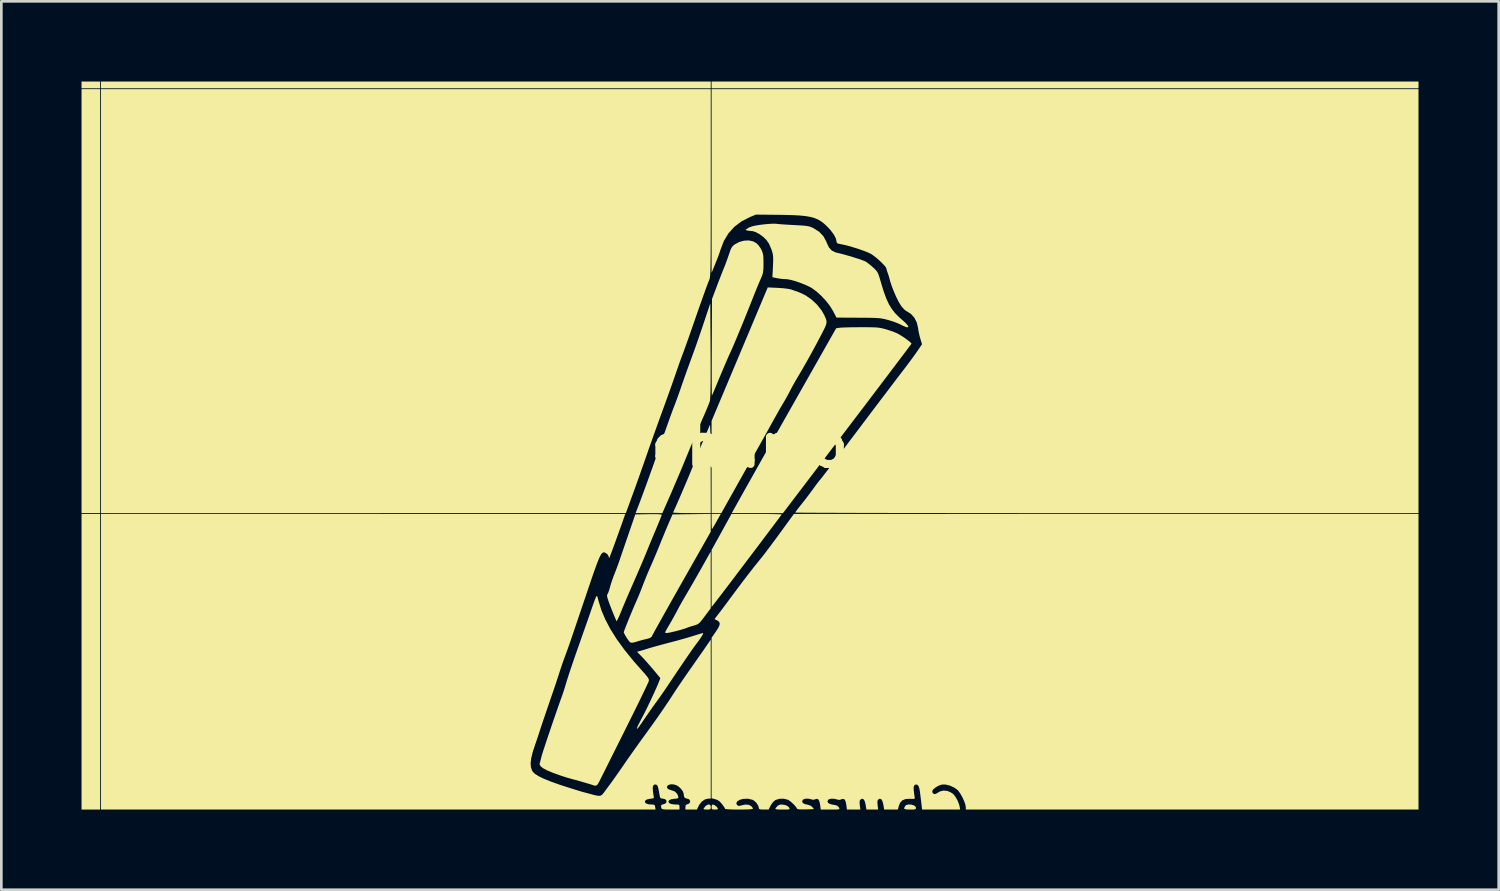
<source format=kicad_pcb>
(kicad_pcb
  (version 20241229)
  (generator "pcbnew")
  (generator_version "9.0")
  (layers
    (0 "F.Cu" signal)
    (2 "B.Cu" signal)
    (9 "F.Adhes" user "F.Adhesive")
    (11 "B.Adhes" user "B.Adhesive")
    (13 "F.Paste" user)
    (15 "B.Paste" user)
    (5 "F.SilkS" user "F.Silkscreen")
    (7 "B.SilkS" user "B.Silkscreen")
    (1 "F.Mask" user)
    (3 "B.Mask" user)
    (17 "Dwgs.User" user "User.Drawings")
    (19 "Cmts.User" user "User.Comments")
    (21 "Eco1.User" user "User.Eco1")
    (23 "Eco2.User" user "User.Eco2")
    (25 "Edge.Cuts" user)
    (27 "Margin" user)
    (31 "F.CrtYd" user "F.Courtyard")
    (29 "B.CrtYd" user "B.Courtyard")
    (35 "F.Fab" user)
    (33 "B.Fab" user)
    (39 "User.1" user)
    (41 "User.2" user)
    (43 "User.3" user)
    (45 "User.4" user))
  (footprint "churro"
    (layer "F.Cu")
    (at 24.989 13.616)
    (property "Reference" "churro" (at 0 0 0) (layer "F.SilkS") (effects (font (size 1.524 1.524) (thickness 0.3))))
    (attr board_only exclude_from_pos_files exclude_from_bom)
    (fp_poly (pts (xy -24.294 -13.363) (xy -24.989 -13.363) (xy -24.989 -13.616) (xy -24.294 -13.616)) (stroke (width 0) (type solid)) (fill yes) (layer "F.SilkS"))
    (fp_poly (pts (xy -24.294 2.527) (xy -24.989 2.527) (xy -24.989 -13.332) (xy -24.294 -13.332)) (stroke (width 0) (type solid)) (fill yes) (layer "F.SilkS"))
    (fp_poly (pts (xy -24.294 13.616) (xy -24.989 13.616) (xy -24.989 2.559) (xy -24.294 2.559)) (stroke (width 0) (type solid)) (fill yes) (layer "F.SilkS"))
    (fp_poly (pts (xy -1.453 -13.363) (xy -24.263 -13.363) (xy -24.263 -13.616) (xy -1.453 -13.616)) (stroke (width 0) (type solid)) (fill yes) (layer "F.SilkS"))
    (fp_poly (pts (xy 25.021 -13.363) (xy -1.422 -13.363) (xy -1.422 -13.616) (xy 25.021 -13.616)) (stroke (width 0) (type solid)) (fill yes) (layer "F.SilkS"))
    (fp_poly (pts (xy -1.237 2.843) (xy -1.304 2.961) (xy -1.36 3.055) (xy -1.397 3.114) (xy -1.409 3.128) (xy -1.414 3.098) (xy -1.419 3.02) (xy -1.421 2.907) (xy -1.422 2.843) (xy -1.422 2.559) (xy -1.079 2.559)) (stroke (width 0) (type solid)) (fill yes) (layer "F.SilkS"))
    (fp_poly (pts (xy -1.474 13.438) (xy -1.455 13.484) (xy -1.453 13.521) (xy -1.457 13.579) (xy -1.481 13.607) (xy -1.541 13.616) (xy -1.597 13.616) (xy -1.687 13.611) (xy -1.722 13.595) (xy -1.719 13.577) (xy -1.639 13.474) (xy -1.55 13.429) (xy -1.527 13.427)) (stroke (width 0) (type solid)) (fill yes) (layer "F.SilkS"))
    (fp_poly (pts (xy -1.309 13.451) (xy -1.232 13.51) (xy -1.2 13.554) (xy -1.185 13.593) (xy -1.204 13.611) (xy -1.271 13.616) (xy -1.294 13.616) (xy -1.376 13.613) (xy -1.412 13.593) (xy -1.421 13.543) (xy -1.422 13.521) (xy -1.412 13.455) (xy -1.388 13.427) (xy -1.388 13.427)) (stroke (width 0) (type solid)) (fill yes) (layer "F.SilkS"))
    (fp_poly (pts (xy 1.331 13.445) (xy 1.437 13.497) (xy 1.484 13.551) (xy 1.497 13.582) (xy 1.491 13.601) (xy 1.454 13.611) (xy 1.376 13.615) (xy 1.246 13.616) (xy 1.231 13.616) (xy 1.091 13.614) (xy 1.006 13.607) (xy 0.968 13.594) (xy 0.966 13.577) (xy 1.045 13.476) (xy 1.14 13.431) (xy 1.188 13.427)) (stroke (width 0) (type solid)) (fill yes) (layer "F.SilkS"))
    (fp_poly (pts (xy 6.051 13.432) (xy 6.142 13.459) (xy 6.205 13.505) (xy 6.224 13.552) (xy 6.218 13.586) (xy 6.192 13.605) (xy 6.131 13.614) (xy 6.023 13.616) (xy 6.002 13.616) (xy 5.88 13.612) (xy 5.804 13.599) (xy 5.781 13.582) (xy 5.795 13.529) (xy 5.814 13.488) (xy 5.868 13.443) (xy 5.954 13.425)) (stroke (width 0) (type solid)) (fill yes) (layer "F.SilkS"))
    (fp_poly (pts (xy 0.497 2.56) (xy 0.712 2.561) (xy 0.897 2.564) (xy 1.044 2.567) (xy 1.147 2.57) (xy 1.197 2.575) (xy 1.2 2.576) (xy 1.182 2.603) (xy 1.129 2.675) (xy 1.046 2.787) (xy 0.936 2.934) (xy 0.802 3.112) (xy 0.65 3.314) (xy 0.483 3.536) (xy 0.304 3.773) (xy 0.117 4.02) (xy -0.073 4.272) (xy -0.263 4.523) (xy -0.45 4.769) (xy -0.628 5.005) (xy -0.795 5.225) (xy -0.947 5.424) (xy -1.08 5.598) (xy -1.19 5.742) (xy -1.272 5.849) (xy -1.302 5.887) (xy -1.422 6.04) (xy -1.422 3.907) (xy -1.05 3.234) (xy -0.679 2.56) (xy 0.261 2.56)) (stroke (width 0) (type solid)) (fill yes) (layer "F.SilkS"))
    (fp_poly (pts (xy -1.479 -0.756) (xy -1.474 -0.68) (xy -1.469 -0.551) (xy -1.465 -0.375) (xy -1.462 -0.156) (xy -1.459 0.1) (xy -1.457 0.387) (xy -1.455 0.702) (xy -1.455 0.845) (xy -1.453 2.527) (xy -2.166 2.527) (xy -2.369 2.526) (xy -2.549 2.524) (xy -2.696 2.519) (xy -2.802 2.514) (xy -2.858 2.507) (xy -2.864 2.504) (xy -2.838 2.452) (xy -2.792 2.351) (xy -2.73 2.211) (xy -2.655 2.04) (xy -2.572 1.849) (xy -2.485 1.646) (xy -2.398 1.441) (xy -2.314 1.244) (xy -2.239 1.063) (xy -2.175 0.908) (xy -2.127 0.788) (xy -2.117 0.762) (xy -2.051 0.593) (xy -1.968 0.386) (xy -1.877 0.162) (xy -1.786 -0.058) (xy -1.738 -0.174) (xy -1.664 -0.349) (xy -1.597 -0.507) (xy -1.541 -0.638) (xy -1.502 -0.731) (xy -1.484 -0.774)) (stroke (width 0) (type solid)) (fill yes) (layer "F.SilkS"))
    (fp_poly (pts (xy -1.454 5.026) (xy -1.453 6.086) (xy -1.676 6.384) (xy -1.772 6.511) (xy -1.843 6.598) (xy -1.901 6.654) (xy -1.957 6.69) (xy -2.025 6.716) (xy -2.095 6.736) (xy -2.208 6.77) (xy -2.304 6.802) (xy -2.354 6.822) (xy -2.424 6.848) (xy -2.536 6.882) (xy -2.672 6.92) (xy -2.815 6.956) (xy -2.948 6.987) (xy -3.052 7.007) (xy -3.106 7.013) (xy -3.14 7.011) (xy -3.156 7) (xy -3.151 6.968) (xy -3.122 6.909) (xy -3.067 6.811) (xy -3.001 6.7) (xy -2.914 6.55) (xy -2.827 6.395) (xy -2.752 6.258) (xy -2.715 6.187) (xy -2.657 6.076) (xy -2.578 5.932) (xy -2.488 5.775) (xy -2.418 5.655) (xy -2.267 5.397) (xy -2.094 5.099) (xy -1.91 4.777) (xy -1.724 4.447) (xy -1.622 4.265) (xy -1.454 3.965)) (stroke (width 0) (type solid)) (fill yes) (layer "F.SilkS"))
    (fp_poly (pts (xy 4.385 -4.426) (xy 4.558 -4.424) (xy 4.693 -4.42) (xy 4.8 -4.412) (xy 4.892 -4.399) (xy 4.981 -4.38) (xy 5.078 -4.354) (xy 5.12 -4.342) (xy 5.268 -4.295) (xy 5.411 -4.243) (xy 5.526 -4.194) (xy 5.56 -4.176) (xy 5.679 -4.105) (xy 5.798 -4.027) (xy 5.906 -3.949) (xy 5.993 -3.881) (xy 6.045 -3.831) (xy 6.056 -3.811) (xy 6.036 -3.783) (xy 5.98 -3.708) (xy 5.891 -3.588) (xy 5.77 -3.427) (xy 5.62 -3.229) (xy 5.443 -2.995) (xy 5.242 -2.729) (xy 5.019 -2.434) (xy 4.776 -2.113) (xy 4.515 -1.769) (xy 4.239 -1.405) (xy 3.95 -1.025) (xy 3.65 -0.63) (xy 3.648 -0.628) (xy 1.249 2.527) (xy -0.667 2.527) (xy -0.548 2.314) (xy -0.377 2.008) (xy -0.188 1.669) (xy 0.023 1.295) (xy 0.255 0.882) (xy 0.511 0.427) (xy 0.792 -0.071) (xy 1.1 -0.615) (xy 1.436 -1.209) (xy 1.802 -1.854) (xy 1.864 -1.964) (xy 3.237 -4.386) (xy 3.367 -4.406) (xy 3.438 -4.412) (xy 3.561 -4.417) (xy 3.723 -4.422) (xy 3.912 -4.425) (xy 4.118 -4.426) (xy 4.16 -4.426)) (stroke (width 0) (type solid)) (fill yes) (layer "F.SilkS"))
    (fp_poly (pts (xy 1.059 -5.898) (xy 1.256 -5.884) (xy 1.424 -5.864) (xy 1.549 -5.839) (xy 1.58 -5.829) (xy 1.706 -5.784) (xy 1.837 -5.737) (xy 1.864 -5.727) (xy 2.094 -5.618) (xy 2.319 -5.46) (xy 2.524 -5.268) (xy 2.693 -5.055) (xy 2.792 -4.881) (xy 2.84 -4.777) (xy 2.869 -4.695) (xy 2.879 -4.622) (xy 2.868 -4.545) (xy 2.834 -4.45) (xy 2.774 -4.326) (xy 2.689 -4.159) (xy 2.529 -3.855) (xy 2.359 -3.541) (xy 2.188 -3.231) (xy 2.023 -2.941) (xy 1.875 -2.686) (xy 1.82 -2.595) (xy 1.728 -2.439) (xy 1.632 -2.27) (xy 1.547 -2.113) (xy 1.515 -2.05) (xy 1.436 -1.9) (xy 1.347 -1.739) (xy 1.265 -1.598) (xy 1.258 -1.587) (xy 1.202 -1.493) (xy 1.122 -1.356) (xy 1.027 -1.188) (xy 0.923 -1.002) (xy 0.817 -0.811) (xy 0.805 -0.79) (xy 0.688 -0.577) (xy 0.56 -0.347) (xy 0.432 -0.119) (xy 0.315 0.089) (xy 0.231 0.237) (xy 0.151 0.377) (xy 0.047 0.562) (xy -0.076 0.779) (xy -0.211 1.018) (xy -0.351 1.268) (xy -0.491 1.517) (xy -0.539 1.603) (xy -1.057 2.527) (xy -1.422 2.527) (xy -1.422 -0.92) (xy -0.371 -3.418) (xy 0.679 -5.915)) (stroke (width 0) (type solid)) (fill yes) (layer "F.SilkS"))
    (fp_poly (pts (xy -1.453 3.223) (xy -2.533 5.126) (xy -2.714 5.446) (xy -2.887 5.752) (xy -3.048 6.039) (xy -3.196 6.302) (xy -3.327 6.536) (xy -3.439 6.737) (xy -3.53 6.9) (xy -3.595 7.02) (xy -3.634 7.093) (xy -3.644 7.112) (xy -3.675 7.165) (xy -3.732 7.2) (xy -3.831 7.23) (xy -3.852 7.234) (xy -3.978 7.265) (xy -4.102 7.298) (xy -4.154 7.314) (xy -4.29 7.355) (xy -4.38 7.374) (xy -4.438 7.373) (xy -4.477 7.353) (xy -4.493 7.337) (xy -4.545 7.269) (xy -4.604 7.181) (xy -4.658 7.09) (xy -4.696 7.017) (xy -4.707 6.983) (xy -4.696 6.943) (xy -4.663 6.855) (xy -4.615 6.73) (xy -4.554 6.579) (xy -4.486 6.411) (xy -4.415 6.238) (xy -4.344 6.07) (xy -4.278 5.917) (xy -4.222 5.79) (xy -4.218 5.781) (xy -4.158 5.643) (xy -4.089 5.473) (xy -4.021 5.3) (xy -3.994 5.228) (xy -3.929 5.061) (xy -3.85 4.865) (xy -3.768 4.671) (xy -3.721 4.565) (xy -3.655 4.414) (xy -3.573 4.224) (xy -3.484 4.013) (xy -3.396 3.8) (xy -3.348 3.68) (xy -3.267 3.483) (xy -3.185 3.283) (xy -3.107 3.096) (xy -3.041 2.939) (xy -3.007 2.859) (xy -2.883 2.575) (xy -1.453 2.558)) (stroke (width 0) (type solid)) (fill yes) (layer "F.SilkS"))
    (fp_poly (pts (xy -1.46 -3.554) (xy -1.458 -3.126) (xy -1.458 -2.758) (xy -1.458 -2.448) (xy -1.461 -2.193) (xy -1.464 -1.991) (xy -1.47 -1.837) (xy -1.476 -1.731) (xy -1.485 -1.668) (xy -1.487 -1.66) (xy -1.511 -1.592) (xy -1.556 -1.478) (xy -1.618 -1.329) (xy -1.691 -1.158) (xy -1.769 -0.981) (xy -1.853 -0.789) (xy -1.954 -0.556) (xy -2.064 -0.296) (xy -2.176 -0.028) (xy -2.284 0.232) (xy -2.337 0.363) (xy -2.445 0.624) (xy -2.565 0.913) (xy -2.69 1.209) (xy -2.812 1.494) (xy -2.921 1.749) (xy -2.961 1.84) (xy -3.263 2.527) (xy -4.264 2.527) (xy -4.206 2.377) (xy -4.107 2.12) (xy -3.993 1.814) (xy -3.867 1.471) (xy -3.734 1.103) (xy -3.597 0.72) (xy -3.462 0.335) (xy -3.331 -0.041) (xy -3.318 -0.079) (xy -3.229 -0.336) (xy -3.141 -0.589) (xy -3.056 -0.828) (xy -2.98 -1.042) (xy -2.914 -1.222) (xy -2.864 -1.358) (xy -2.845 -1.407) (xy -2.787 -1.556) (xy -2.718 -1.743) (xy -2.644 -1.948) (xy -2.574 -2.148) (xy -2.558 -2.196) (xy -2.491 -2.389) (xy -2.41 -2.619) (xy -2.322 -2.865) (xy -2.234 -3.105) (xy -2.18 -3.254) (xy -2.103 -3.465) (xy -2.013 -3.716) (xy -1.918 -3.989) (xy -1.823 -4.264) (xy -1.736 -4.522) (xy -1.716 -4.581) (xy -1.469 -5.323)) (stroke (width 0) (type solid)) (fill yes) (layer "F.SilkS"))
    (fp_poly (pts (xy -3.432 2.567) (xy -3.331 2.574) (xy -3.287 2.585) (xy -3.286 2.588) (xy -3.297 2.626) (xy -3.33 2.712) (xy -3.38 2.836) (xy -3.443 2.989) (xy -3.506 3.141) (xy -3.59 3.339) (xy -3.676 3.547) (xy -3.758 3.743) (xy -3.826 3.912) (xy -3.857 3.987) (xy -3.907 4.11) (xy -3.977 4.277) (xy -4.062 4.477) (xy -4.156 4.696) (xy -4.254 4.922) (xy -4.312 5.055) (xy -4.407 5.272) (xy -4.499 5.483) (xy -4.584 5.679) (xy -4.655 5.846) (xy -4.709 5.975) (xy -4.734 6.034) (xy -4.804 6.207) (xy -4.867 6.356) (xy -4.92 6.472) (xy -4.957 6.547) (xy -4.974 6.571) (xy -4.989 6.544) (xy -5.022 6.468) (xy -5.07 6.354) (xy -5.127 6.214) (xy -5.145 6.168) (xy -5.222 5.971) (xy -5.277 5.823) (xy -5.312 5.717) (xy -5.329 5.643) (xy -5.33 5.593) (xy -5.318 5.559) (xy -5.31 5.547) (xy -5.283 5.495) (xy -5.251 5.402) (xy -5.223 5.303) (xy -5.189 5.182) (xy -5.138 5.029) (xy -5.08 4.869) (xy -5.054 4.802) (xy -4.991 4.64) (xy -4.927 4.468) (xy -4.871 4.313) (xy -4.855 4.265) (xy -4.822 4.166) (xy -4.772 4.02) (xy -4.709 3.838) (xy -4.639 3.632) (xy -4.564 3.415) (xy -4.525 3.301) (xy -4.275 2.575) (xy -3.78 2.566) (xy -3.584 2.564)) (stroke (width 0) (type solid)) (fill yes) (layer "F.SilkS"))
    (fp_poly (pts (xy -1.453 -9.828) (xy -1.453 -9.282) (xy -1.453 -8.797) (xy -1.454 -8.367) (xy -1.454 -7.989) (xy -1.455 -7.66) (xy -1.456 -7.377) (xy -1.457 -7.134) (xy -1.459 -6.93) (xy -1.461 -6.76) (xy -1.464 -6.621) (xy -1.468 -6.508) (xy -1.473 -6.419) (xy -1.478 -6.35) (xy -1.484 -6.297) (xy -1.491 -6.257) (xy -1.499 -6.225) (xy -1.508 -6.199) (xy -1.518 -6.174) (xy -1.519 -6.171) (xy -1.544 -6.112) (xy -1.575 -6.031) (xy -1.615 -5.924) (xy -1.665 -5.786) (xy -1.727 -5.613) (xy -1.803 -5.399) (xy -1.894 -5.141) (xy -2.001 -4.835) (xy -2.127 -4.474) (xy -2.178 -4.328) (xy -2.252 -4.116) (xy -2.323 -3.915) (xy -2.388 -3.733) (xy -2.442 -3.584) (xy -2.481 -3.478) (xy -2.495 -3.444) (xy -2.527 -3.358) (xy -2.575 -3.226) (xy -2.635 -3.06) (xy -2.7 -2.873) (xy -2.765 -2.685) (xy -2.833 -2.489) (xy -2.917 -2.249) (xy -3.012 -1.983) (xy -3.111 -1.706) (xy -3.209 -1.436) (xy -3.272 -1.264) (xy -3.374 -0.984) (xy -3.488 -0.667) (xy -3.607 -0.335) (xy -3.723 -0.008) (xy -3.828 0.291) (xy -3.869 0.411) (xy -3.961 0.674) (xy -4.061 0.958) (xy -4.163 1.246) (xy -4.261 1.521) (xy -4.348 1.763) (xy -4.394 1.887) (xy -4.628 2.526) (xy -14.445 2.527) (xy -24.263 2.527) (xy -24.263 -13.332) (xy -1.453 -13.332)) (stroke (width 0) (type solid)) (fill yes) (layer "F.SilkS"))
    (fp_poly (pts (xy -1.738 7.037) (xy -1.77 7.1) (xy -1.831 7.196) (xy -1.913 7.314) (xy -2.012 7.445) (xy -2.021 7.457) (xy -2.073 7.527) (xy -2.155 7.644) (xy -2.264 7.801) (xy -2.395 7.991) (xy -2.542 8.208) (xy -2.703 8.445) (xy -2.872 8.696) (xy -3.045 8.955) (xy -3.105 9.045) (xy -3.194 9.175) (xy -3.304 9.333) (xy -3.42 9.497) (xy -3.505 9.614) (xy -3.624 9.78) (xy -3.758 9.97) (xy -3.886 10.154) (xy -3.957 10.259) (xy -4.068 10.422) (xy -4.148 10.532) (xy -4.198 10.591) (xy -4.218 10.6) (xy -4.21 10.559) (xy -4.202 10.536) (xy -4.174 10.474) (xy -4.123 10.372) (xy -4.059 10.247) (xy -4.009 10.154) (xy -3.936 10.014) (xy -3.848 9.837) (xy -3.752 9.638) (xy -3.654 9.43) (xy -3.561 9.229) (xy -3.479 9.047) (xy -3.415 8.898) (xy -3.387 8.828) (xy -3.338 8.699) (xy -3.585 8.401) (xy -3.705 8.261) (xy -3.832 8.115) (xy -3.95 7.984) (xy -4.022 7.908) (xy -4.211 7.714) (xy -4.072 7.676) (xy -3.958 7.643) (xy -3.825 7.602) (xy -3.759 7.581) (xy -3.672 7.555) (xy -3.537 7.517) (xy -3.368 7.47) (xy -3.18 7.42) (xy -3.017 7.377) (xy -2.806 7.321) (xy -2.587 7.261) (xy -2.379 7.203) (xy -2.201 7.15) (xy -2.109 7.122) (xy -1.971 7.078) (xy -1.854 7.043) (xy -1.772 7.02) (xy -1.739 7.013)) (stroke (width 0) (type solid)) (fill yes) (layer "F.SilkS"))
    (fp_poly (pts (xy 0.138 -7.636) (xy 0.264 -7.563) (xy 0.343 -7.479) (xy 0.418 -7.368) (xy 0.447 -7.314) (xy 0.481 -7.233) (xy 0.503 -7.153) (xy 0.515 -7.057) (xy 0.519 -6.927) (xy 0.52 -6.808) (xy 0.518 -6.65) (xy 0.511 -6.536) (xy 0.495 -6.444) (xy 0.467 -6.354) (xy 0.422 -6.247) (xy 0.405 -6.208) (xy 0.347 -6.074) (xy 0.276 -5.904) (xy 0.202 -5.722) (xy 0.144 -5.576) (xy 0.016 -5.252) (xy -0.115 -4.924) (xy -0.245 -4.603) (xy -0.371 -4.297) (xy -0.489 -4.014) (xy -0.595 -3.764) (xy -0.686 -3.556) (xy -0.753 -3.409) (xy -0.805 -3.294) (xy -0.874 -3.135) (xy -0.955 -2.946) (xy -1.042 -2.74) (xy -1.129 -2.533) (xy -1.139 -2.508) (xy -1.216 -2.323) (xy -1.284 -2.158) (xy -1.342 -2.022) (xy -1.384 -1.923) (xy -1.407 -1.872) (xy -1.41 -1.866) (xy -1.412 -1.894) (xy -1.414 -1.98) (xy -1.415 -2.118) (xy -1.416 -2.302) (xy -1.417 -2.528) (xy -1.417 -2.789) (xy -1.416 -3.08) (xy -1.415 -3.396) (xy -1.414 -3.667) (xy -1.406 -5.481) (xy -1.227 -5.955) (xy -1.158 -6.138) (xy -1.087 -6.32) (xy -1.023 -6.484) (xy -0.972 -6.612) (xy -0.956 -6.65) (xy -0.901 -6.788) (xy -0.84 -6.955) (xy -0.783 -7.12) (xy -0.772 -7.153) (xy -0.724 -7.293) (xy -0.682 -7.388) (xy -0.638 -7.454) (xy -0.582 -7.505) (xy -0.563 -7.519) (xy -0.393 -7.613) (xy -0.21 -7.664) (xy -0.028 -7.672)) (stroke (width 0) (type solid)) (fill yes) (layer "F.SilkS"))
    (fp_poly (pts (xy -5.692 5.657) (xy -5.677 5.711) (xy -5.658 5.786) (xy -5.653 5.807) (xy -5.544 6.158) (xy -5.393 6.514) (xy -5.2 6.879) (xy -4.96 7.258) (xy -4.671 7.654) (xy -4.332 8.071) (xy -4 8.447) (xy -3.892 8.568) (xy -3.822 8.654) (xy -3.782 8.716) (xy -3.767 8.763) (xy -3.769 8.807) (xy -3.769 8.807) (xy -3.786 8.851) (xy -3.829 8.945) (xy -3.895 9.086) (xy -3.983 9.268) (xy -4.088 9.486) (xy -4.21 9.735) (xy -4.345 10.009) (xy -4.492 10.304) (xy -4.646 10.614) (xy -4.663 10.648) (xy -4.82 10.962) (xy -4.971 11.264) (xy -5.113 11.548) (xy -5.243 11.808) (xy -5.358 12.039) (xy -5.456 12.236) (xy -5.535 12.392) (xy -5.59 12.503) (xy -5.62 12.564) (xy -5.621 12.565) (xy -5.678 12.667) (xy -5.731 12.717) (xy -5.794 12.723) (xy -5.86 12.702) (xy -5.924 12.68) (xy -6.039 12.645) (xy -6.193 12.6) (xy -6.377 12.547) (xy -6.58 12.491) (xy -6.745 12.446) (xy -6.881 12.406) (xy -7.051 12.35) (xy -7.232 12.287) (xy -7.361 12.24) (xy -7.574 12.151) (xy -7.726 12.069) (xy -7.819 11.994) (xy -7.855 11.924) (xy -7.85 11.883) (xy -7.832 11.825) (xy -7.807 11.729) (xy -7.786 11.642) (xy -7.767 11.575) (xy -7.731 11.456) (xy -7.678 11.295) (xy -7.614 11.099) (xy -7.54 10.878) (xy -7.459 10.638) (xy -7.374 10.389) (xy -7.288 10.139) (xy -7.204 9.896) (xy -7.125 9.669) (xy -7.053 9.467) (xy -7 9.32) (xy -6.969 9.229) (xy -6.927 9.097) (xy -6.88 8.946) (xy -6.851 8.846) (xy -6.814 8.726) (xy -6.76 8.559) (xy -6.692 8.355) (xy -6.615 8.128) (xy -6.533 7.889) (xy -6.453 7.661) (xy -6.363 7.407) (xy -6.27 7.14) (xy -6.177 6.877) (xy -6.091 6.632) (xy -6.017 6.42) (xy -5.97 6.287) (xy -5.891 6.056) (xy -5.829 5.881) (xy -5.783 5.755) (xy -5.75 5.674) (xy -5.725 5.634) (xy -5.707 5.63)) (stroke (width 0) (type solid)) (fill yes) (layer "F.SilkS"))
    (fp_poly (pts (xy 0.99 -8.296) (xy 1.005 -8.294) (xy 1.075 -8.286) (xy 1.195 -8.276) (xy 1.352 -8.265) (xy 1.532 -8.255) (xy 1.668 -8.247) (xy 1.87 -8.236) (xy 2.02 -8.226) (xy 2.131 -8.214) (xy 2.215 -8.199) (xy 2.284 -8.179) (xy 2.349 -8.151) (xy 2.393 -8.13) (xy 2.603 -7.996) (xy 2.76 -7.831) (xy 2.869 -7.63) (xy 2.887 -7.582) (xy 2.968 -7.41) (xy 3.077 -7.292) (xy 3.219 -7.224) (xy 3.252 -7.216) (xy 3.386 -7.184) (xy 3.548 -7.142) (xy 3.724 -7.091) (xy 3.902 -7.038) (xy 4.067 -6.985) (xy 4.206 -6.937) (xy 4.306 -6.899) (xy 4.346 -6.879) (xy 4.43 -6.82) (xy 4.536 -6.735) (xy 4.633 -6.65) (xy 4.699 -6.586) (xy 4.749 -6.531) (xy 4.788 -6.471) (xy 4.822 -6.395) (xy 4.858 -6.289) (xy 4.902 -6.141) (xy 4.926 -6.057) (xy 5.02 -5.752) (xy 5.113 -5.499) (xy 5.211 -5.287) (xy 5.32 -5.107) (xy 5.447 -4.947) (xy 5.597 -4.797) (xy 5.684 -4.721) (xy 5.819 -4.601) (xy 5.903 -4.51) (xy 5.938 -4.45) (xy 5.923 -4.422) (xy 5.859 -4.43) (xy 5.746 -4.476) (xy 5.654 -4.522) (xy 5.542 -4.574) (xy 5.394 -4.63) (xy 5.236 -4.681) (xy 5.18 -4.697) (xy 5.085 -4.722) (xy 5 -4.742) (xy 4.914 -4.756) (xy 4.818 -4.766) (xy 4.701 -4.773) (xy 4.553 -4.778) (xy 4.365 -4.78) (xy 4.126 -4.782) (xy 4.065 -4.782) (xy 3.25 -4.786) (xy 3.118 -5.039) (xy 3.004 -5.224) (xy 2.853 -5.417) (xy 2.68 -5.602) (xy 2.499 -5.765) (xy 2.325 -5.892) (xy 2.259 -5.93) (xy 2.084 -6.012) (xy 1.894 -6.088) (xy 1.707 -6.151) (xy 1.537 -6.198) (xy 1.4 -6.222) (xy 1.361 -6.224) (xy 1.24 -6.23) (xy 1.1 -6.248) (xy 1.032 -6.26) (xy 0.853 -6.296) (xy 0.874 -6.699) (xy 0.881 -6.874) (xy 0.883 -7.002) (xy 0.877 -7.101) (xy 0.862 -7.189) (xy 0.836 -7.282) (xy 0.822 -7.327) (xy 0.724 -7.553) (xy 0.624 -7.695) (xy 0.507 -7.807) (xy 0.372 -7.906) (xy 0.237 -7.981) (xy 0.118 -8.02) (xy 0.079 -8.025) (xy -0.017 -8.032) (xy -0.087 -8.044) (xy -0.157 -8.063) (xy -0.087 -8.117) (xy -0.012 -8.159) (xy 0.091 -8.198) (xy 0.126 -8.208) (xy 0.253 -8.234) (xy 0.41 -8.258) (xy 0.58 -8.278) (xy 0.746 -8.292) (xy 0.888 -8.299)) (stroke (width 0) (type solid)) (fill yes) (layer "F.SilkS"))
    (fp_poly (pts (xy 25.021 2.527) (xy 13.363 2.527) (xy 12.509 2.527) (xy 11.671 2.527) (xy 10.851 2.527) (xy 10.052 2.527) (xy 9.276 2.526) (xy 8.525 2.526) (xy 7.801 2.525) (xy 7.106 2.524) (xy 6.443 2.523) (xy 5.814 2.523) (xy 5.222 2.522) (xy 4.667 2.521) (xy 4.153 2.52) (xy 3.681 2.518) (xy 3.255 2.517) (xy 2.875 2.516) (xy 2.545 2.515) (xy 2.266 2.513) (xy 2.041 2.512) (xy 1.871 2.511) (xy 1.76 2.509) (xy 1.709 2.508) (xy 1.706 2.507) (xy 1.725 2.476) (xy 1.775 2.407) (xy 1.85 2.309) (xy 1.937 2.199) (xy 2.061 2.043) (xy 2.198 1.863) (xy 2.328 1.688) (xy 2.385 1.611) (xy 2.472 1.492) (xy 2.546 1.392) (xy 2.6 1.322) (xy 2.625 1.295) (xy 2.649 1.266) (xy 2.707 1.194) (xy 2.793 1.082) (xy 2.904 0.938) (xy 3.035 0.766) (xy 3.18 0.574) (xy 3.305 0.41) (xy 3.692 -0.104) (xy 4.044 -0.569) (xy 4.36 -0.988) (xy 4.642 -1.362) (xy 4.893 -1.693) (xy 5.113 -1.983) (xy 5.304 -2.235) (xy 5.467 -2.45) (xy 5.604 -2.629) (xy 5.716 -2.776) (xy 5.78 -2.859) (xy 5.904 -3.023) (xy 6.032 -3.194) (xy 6.149 -3.355) (xy 6.245 -3.49) (xy 6.273 -3.53) (xy 6.45 -3.79) (xy 6.385 -4.004) (xy 6.347 -4.148) (xy 6.315 -4.303) (xy 6.3 -4.407) (xy 6.254 -4.605) (xy 6.163 -4.781) (xy 6.038 -4.921) (xy 5.921 -4.996) (xy 5.81 -5.066) (xy 5.709 -5.171) (xy 5.652 -5.249) (xy 5.571 -5.386) (xy 5.483 -5.563) (xy 5.396 -5.762) (xy 5.319 -5.961) (xy 5.26 -6.14) (xy 5.242 -6.208) (xy 5.211 -6.325) (xy 5.175 -6.434) (xy 5.162 -6.47) (xy 5.132 -6.552) (xy 5.118 -6.615) (xy 5.118 -6.619) (xy 5.095 -6.669) (xy 5.032 -6.747) (xy 4.94 -6.842) (xy 4.832 -6.944) (xy 4.717 -7.041) (xy 4.606 -7.125) (xy 4.538 -7.17) (xy 4.433 -7.22) (xy 4.283 -7.28) (xy 4.102 -7.344) (xy 3.907 -7.406) (xy 3.712 -7.463) (xy 3.535 -7.508) (xy 3.391 -7.537) (xy 3.388 -7.537) (xy 3.301 -7.556) (xy 3.262 -7.586) (xy 3.253 -7.625) (xy 3.225 -7.751) (xy 3.147 -7.899) (xy 3.022 -8.064) (xy 2.895 -8.199) (xy 2.784 -8.302) (xy 2.673 -8.387) (xy 2.557 -8.456) (xy 2.427 -8.51) (xy 2.275 -8.552) (xy 2.095 -8.583) (xy 1.88 -8.605) (xy 1.621 -8.619) (xy 1.311 -8.627) (xy 1.058 -8.631) (xy 0.237 -8.639) (xy 0.016 -8.548) (xy -0.3 -8.388) (xy -0.568 -8.185) (xy -0.788 -7.941) (xy -0.961 -7.655) (xy -1.087 -7.327) (xy -1.089 -7.322) (xy -1.121 -7.224) (xy -1.17 -7.087) (xy -1.23 -6.931) (xy -1.279 -6.808) (xy -1.421 -6.461) (xy -1.421 -9.896) (xy -1.422 -13.332) (xy 25.021 -13.332)) (stroke (width 0) (type solid)) (fill yes) (layer "F.SilkS"))
    (fp_poly (pts (xy 25.021 13.616) (xy 8.088 13.616) (xy 8.088 13.535) (xy 8.07 13.428) (xy 8.022 13.292) (xy 7.955 13.146) (xy 7.877 13.01) (xy 7.798 12.904) (xy 7.772 12.878) (xy 7.641 12.786) (xy 7.486 12.718) (xy 7.33 12.68) (xy 7.195 12.681) (xy 7.079 12.719) (xy 6.962 12.785) (xy 6.87 12.863) (xy 6.843 12.897) (xy 6.832 12.961) (xy 6.864 13.014) (xy 6.92 13.039) (xy 6.975 13.024) (xy 7.12 12.939) (xy 7.251 12.905) (xy 7.385 12.918) (xy 7.393 12.92) (xy 7.501 12.961) (xy 7.599 13.02) (xy 7.62 13.038) (xy 7.705 13.145) (xy 7.783 13.286) (xy 7.84 13.435) (xy 7.858 13.512) (xy 7.875 13.616) (xy 6.452 13.616) (xy 6.415 13.292) (xy 6.396 13.141) (xy 6.378 12.999) (xy 6.362 12.887) (xy 6.355 12.845) (xy 6.321 12.739) (xy 6.269 12.683) (xy 6.206 12.681) (xy 6.176 12.7) (xy 6.147 12.737) (xy 6.136 12.795) (xy 6.14 12.892) (xy 6.145 12.935) (xy 6.158 13.046) (xy 6.171 13.135) (xy 6.179 13.176) (xy 6.177 13.203) (xy 6.144 13.216) (xy 6.067 13.217) (xy 6.011 13.214) (xy 5.84 13.221) (xy 5.715 13.27) (xy 5.629 13.363) (xy 5.585 13.474) (xy 5.547 13.616) (xy 5.033 13.616) (xy 5.005 13.438) (xy 4.971 13.304) (xy 4.925 13.228) (xy 4.867 13.211) (xy 4.819 13.236) (xy 4.789 13.276) (xy 4.779 13.339) (xy 4.788 13.444) (xy 4.788 13.448) (xy 4.809 13.616) (xy 4.37 13.616) (xy 4.341 13.438) (xy 4.308 13.304) (xy 4.261 13.228) (xy 4.203 13.211) (xy 4.154 13.237) (xy 4.123 13.277) (xy 4.113 13.339) (xy 4.121 13.442) (xy 4.122 13.449) (xy 4.143 13.616) (xy 3.64 13.616) (xy 3.619 13.445) (xy 3.591 13.31) (xy 3.549 13.234) (xy 3.488 13.215) (xy 3.433 13.234) (xy 3.349 13.256) (xy 3.274 13.239) (xy 3.158 13.211) (xy 3.046 13.21) (xy 2.96 13.236) (xy 2.936 13.256) (xy 2.912 13.319) (xy 2.945 13.375) (xy 3.031 13.416) (xy 3.106 13.432) (xy 3.217 13.451) (xy 3.284 13.477) (xy 3.327 13.517) (xy 3.35 13.555) (xy 3.361 13.581) (xy 3.354 13.599) (xy 3.319 13.609) (xy 3.247 13.614) (xy 3.128 13.616) (xy 3.022 13.616) (xy 2.661 13.616) (xy 2.64 13.445) (xy 2.61 13.307) (xy 2.565 13.23) (xy 2.504 13.213) (xy 2.463 13.231) (xy 2.382 13.251) (xy 2.321 13.237) (xy 2.208 13.21) (xy 2.097 13.21) (xy 2.012 13.236) (xy 1.988 13.256) (xy 1.964 13.319) (xy 1.997 13.375) (xy 2.081 13.416) (xy 2.149 13.429) (xy 2.281 13.47) (xy 2.347 13.524) (xy 2.408 13.6) (xy 2.097 13.61) (xy 1.936 13.611) (xy 1.832 13.605) (xy 1.78 13.59) (xy 1.773 13.581) (xy 1.734 13.516) (xy 1.66 13.432) (xy 1.57 13.347) (xy 1.483 13.278) (xy 1.431 13.248) (xy 1.28 13.211) (xy 1.12 13.213) (xy 0.98 13.255) (xy 0.955 13.268) (xy 0.875 13.339) (xy 0.802 13.44) (xy 0.783 13.474) (xy 0.714 13.616) (xy 0.531 13.616) (xy 0.426 13.613) (xy 0.37 13.601) (xy 0.349 13.577) (xy 0.347 13.561) (xy 0.322 13.468) (xy 0.258 13.369) (xy 0.171 13.286) (xy 0.111 13.251) (xy -0.056 13.211) (xy -0.236 13.216) (xy -0.365 13.251) (xy -0.46 13.308) (xy -0.498 13.372) (xy -0.476 13.437) (xy -0.465 13.449) (xy -0.418 13.479) (xy -0.357 13.476) (xy -0.314 13.462) (xy -0.165 13.429) (xy -0.035 13.438) (xy 0.059 13.486) (xy 0.063 13.49) (xy 0.11 13.546) (xy 0.126 13.585) (xy 0.096 13.597) (xy 0.006 13.607) (xy -0.136 13.613) (xy -0.328 13.616) (xy -0.395 13.616) (xy -0.568 13.615) (xy -0.717 13.61) (xy -0.832 13.604) (xy -0.9 13.596) (xy -0.916 13.589) (xy -0.934 13.551) (xy -0.98 13.481) (xy -1.029 13.415) (xy -1.117 13.315) (xy -1.205 13.257) (xy -1.281 13.23) (xy -1.422 13.192) (xy -1.422 7.192) (xy -1.262 6.96) (xy -1.171 6.819) (xy -1.124 6.714) (xy -1.118 6.637) (xy -1.155 6.58) (xy -1.218 6.539) (xy -1.314 6.491) (xy -1.178 6.318) (xy -1.11 6.229) (xy -1.015 6.104) (xy -0.905 5.956) (xy -0.79 5.802) (xy -0.752 5.75) (xy -0.504 5.416) (xy -0.264 5.097) (xy -0.039 4.803) (xy 0.166 4.54) (xy 0.343 4.319) (xy 0.378 4.277) (xy 0.463 4.172) (xy 0.576 4.026) (xy 0.71 3.849) (xy 0.857 3.653) (xy 1.009 3.448) (xy 1.136 3.274) (xy 1.656 2.559) (xy 25.021 2.559)) (stroke (width 0) (type solid)) (fill yes) (layer "F.SilkS"))
    (fp_poly (pts (xy -4.758 2.867) (xy -4.816 3.032) (xy -4.883 3.217) (xy -4.953 3.411) (xy -5.022 3.604) (xy -5.088 3.783) (xy -5.145 3.938) (xy -5.19 4.058) (xy -5.218 4.131) (xy -5.221 4.139) (xy -5.254 4.218) (xy -5.274 4.139) (xy -5.316 4.068) (xy -5.384 4.017) (xy -5.424 4) (xy -5.46 3.995) (xy -5.495 4.007) (xy -5.531 4.038) (xy -5.57 4.096) (xy -5.614 4.183) (xy -5.666 4.305) (xy -5.728 4.466) (xy -5.802 4.67) (xy -5.89 4.924) (xy -5.994 5.23) (xy -6.052 5.402) (xy -6.151 5.694) (xy -6.249 5.984) (xy -6.344 6.264) (xy -6.432 6.524) (xy -6.51 6.755) (xy -6.575 6.947) (xy -6.624 7.091) (xy -6.635 7.124) (xy -6.701 7.316) (xy -6.772 7.52) (xy -6.841 7.712) (xy -6.9 7.87) (xy -6.904 7.882) (xy -6.967 8.055) (xy -7.033 8.245) (xy -7.092 8.422) (xy -7.111 8.482) (xy -7.146 8.592) (xy -7.198 8.749) (xy -7.262 8.943) (xy -7.335 9.159) (xy -7.414 9.388) (xy -7.472 9.557) (xy -7.551 9.788) (xy -7.629 10.017) (xy -7.702 10.231) (xy -7.765 10.42) (xy -7.815 10.569) (xy -7.84 10.647) (xy -7.894 10.814) (xy -7.955 10.995) (xy -8.011 11.159) (xy -8.025 11.199) (xy -8.114 11.471) (xy -8.169 11.697) (xy -8.191 11.883) (xy -8.179 12.036) (xy -8.135 12.162) (xy -8.112 12.201) (xy -8.032 12.28) (xy -7.891 12.369) (xy -7.691 12.466) (xy -7.432 12.57) (xy -7.117 12.682) (xy -6.998 12.721) (xy -6.8 12.785) (xy -6.615 12.843) (xy -6.454 12.894) (xy -6.328 12.932) (xy -6.249 12.956) (xy -6.239 12.958) (xy -6.143 12.984) (xy -6.014 13.018) (xy -5.892 13.051) (xy -5.745 13.088) (xy -5.643 13.104) (xy -5.573 13.096) (xy -5.518 13.062) (xy -5.465 13.001) (xy -5.458 12.991) (xy -5.397 12.909) (xy -5.315 12.798) (xy -5.226 12.678) (xy -5.207 12.653) (xy -5.135 12.554) (xy -5.037 12.416) (xy -4.922 12.252) (xy -4.8 12.077) (xy -4.696 11.926) (xy -4.563 11.734) (xy -4.406 11.511) (xy -4.238 11.274) (xy -4.073 11.043) (xy -3.934 10.852) (xy -3.659 10.472) (xy -3.419 10.134) (xy -3.21 9.831) (xy -3.025 9.557) (xy -2.861 9.305) (xy -2.859 9.301) (xy -2.788 9.192) (xy -2.688 9.042) (xy -2.566 8.863) (xy -2.43 8.664) (xy -2.287 8.458) (xy -2.176 8.3) (xy -2.039 8.105) (xy -1.908 7.917) (xy -1.788 7.746) (xy -1.687 7.601) (xy -1.611 7.49) (xy -1.568 7.428) (xy -1.453 7.259) (xy -1.453 13.205) (xy -1.54 13.206) (xy -1.667 13.235) (xy -1.786 13.316) (xy -1.883 13.437) (xy -1.902 13.474) (xy -1.971 13.616) (xy -2.401 13.616) (xy -2.401 13.524) (xy -2.389 13.452) (xy -2.344 13.423) (xy -2.333 13.421) (xy -2.256 13.388) (xy -2.224 13.33) (xy -2.233 13.268) (xy -2.283 13.22) (xy -2.354 13.205) (xy -2.422 13.182) (xy -2.458 13.11) (xy -2.464 13.032) (xy -2.489 12.949) (xy -2.554 12.854) (xy -2.642 12.766) (xy -2.719 12.715) (xy -2.823 12.678) (xy -2.926 12.67) (xy -3.013 12.687) (xy -3.072 12.724) (xy -3.091 12.779) (xy -3.075 12.821) (xy -3.023 12.861) (xy -2.94 12.89) (xy -2.924 12.893) (xy -2.793 12.941) (xy -2.705 13.034) (xy -2.673 13.117) (xy -2.665 13.167) (xy -2.68 13.193) (xy -2.732 13.206) (xy -2.816 13.212) (xy -2.944 13.234) (xy -3.018 13.276) (xy -3.038 13.326) (xy -3.006 13.375) (xy -2.923 13.412) (xy -2.792 13.427) (xy -2.694 13.428) (xy -2.644 13.439) (xy -2.625 13.468) (xy -2.622 13.521) (xy -2.622 13.616) (xy -2.95 13.616) (xy -3.103 13.615) (xy -3.203 13.609) (xy -3.262 13.597) (xy -3.292 13.578) (xy -3.298 13.566) (xy -3.316 13.482) (xy -3.286 13.435) (xy -3.233 13.421) (xy -3.147 13.39) (xy -3.108 13.336) (xy -3.113 13.276) (xy -3.162 13.227) (xy -3.252 13.206) (xy -3.256 13.205) (xy -3.317 13.198) (xy -3.348 13.162) (xy -3.365 13.087) (xy -3.393 12.929) (xy -3.414 12.821) (xy -3.433 12.753) (xy -3.454 12.714) (xy -3.478 12.691) (xy -3.481 12.689) (xy -3.542 12.675) (xy -3.585 12.699) (xy -3.614 12.738) (xy -3.624 12.801) (xy -3.618 12.905) (xy -3.616 12.918) (xy -3.603 13.026) (xy -3.589 13.114) (xy -3.582 13.148) (xy -3.583 13.182) (xy -3.622 13.201) (xy -3.71 13.211) (xy -3.715 13.212) (xy -3.836 13.235) (xy -3.903 13.28) (xy -3.918 13.332) (xy -3.882 13.382) (xy -3.795 13.417) (xy -3.696 13.427) (xy -3.605 13.429) (xy -3.558 13.445) (xy -3.538 13.484) (xy -3.532 13.521) (xy -3.518 13.616) (xy -24.263 13.616) (xy -24.263 2.559) (xy -4.65 2.559)) (stroke (width 0) (type solid)) (fill yes) (layer "F.SilkS")))
  (gr_rect
    (start -3 -3)
    (end 53.01 30.232)
    (stroke (width 0.1) (type default))
    (fill no)
    (layer "Edge.Cuts")))
</source>
